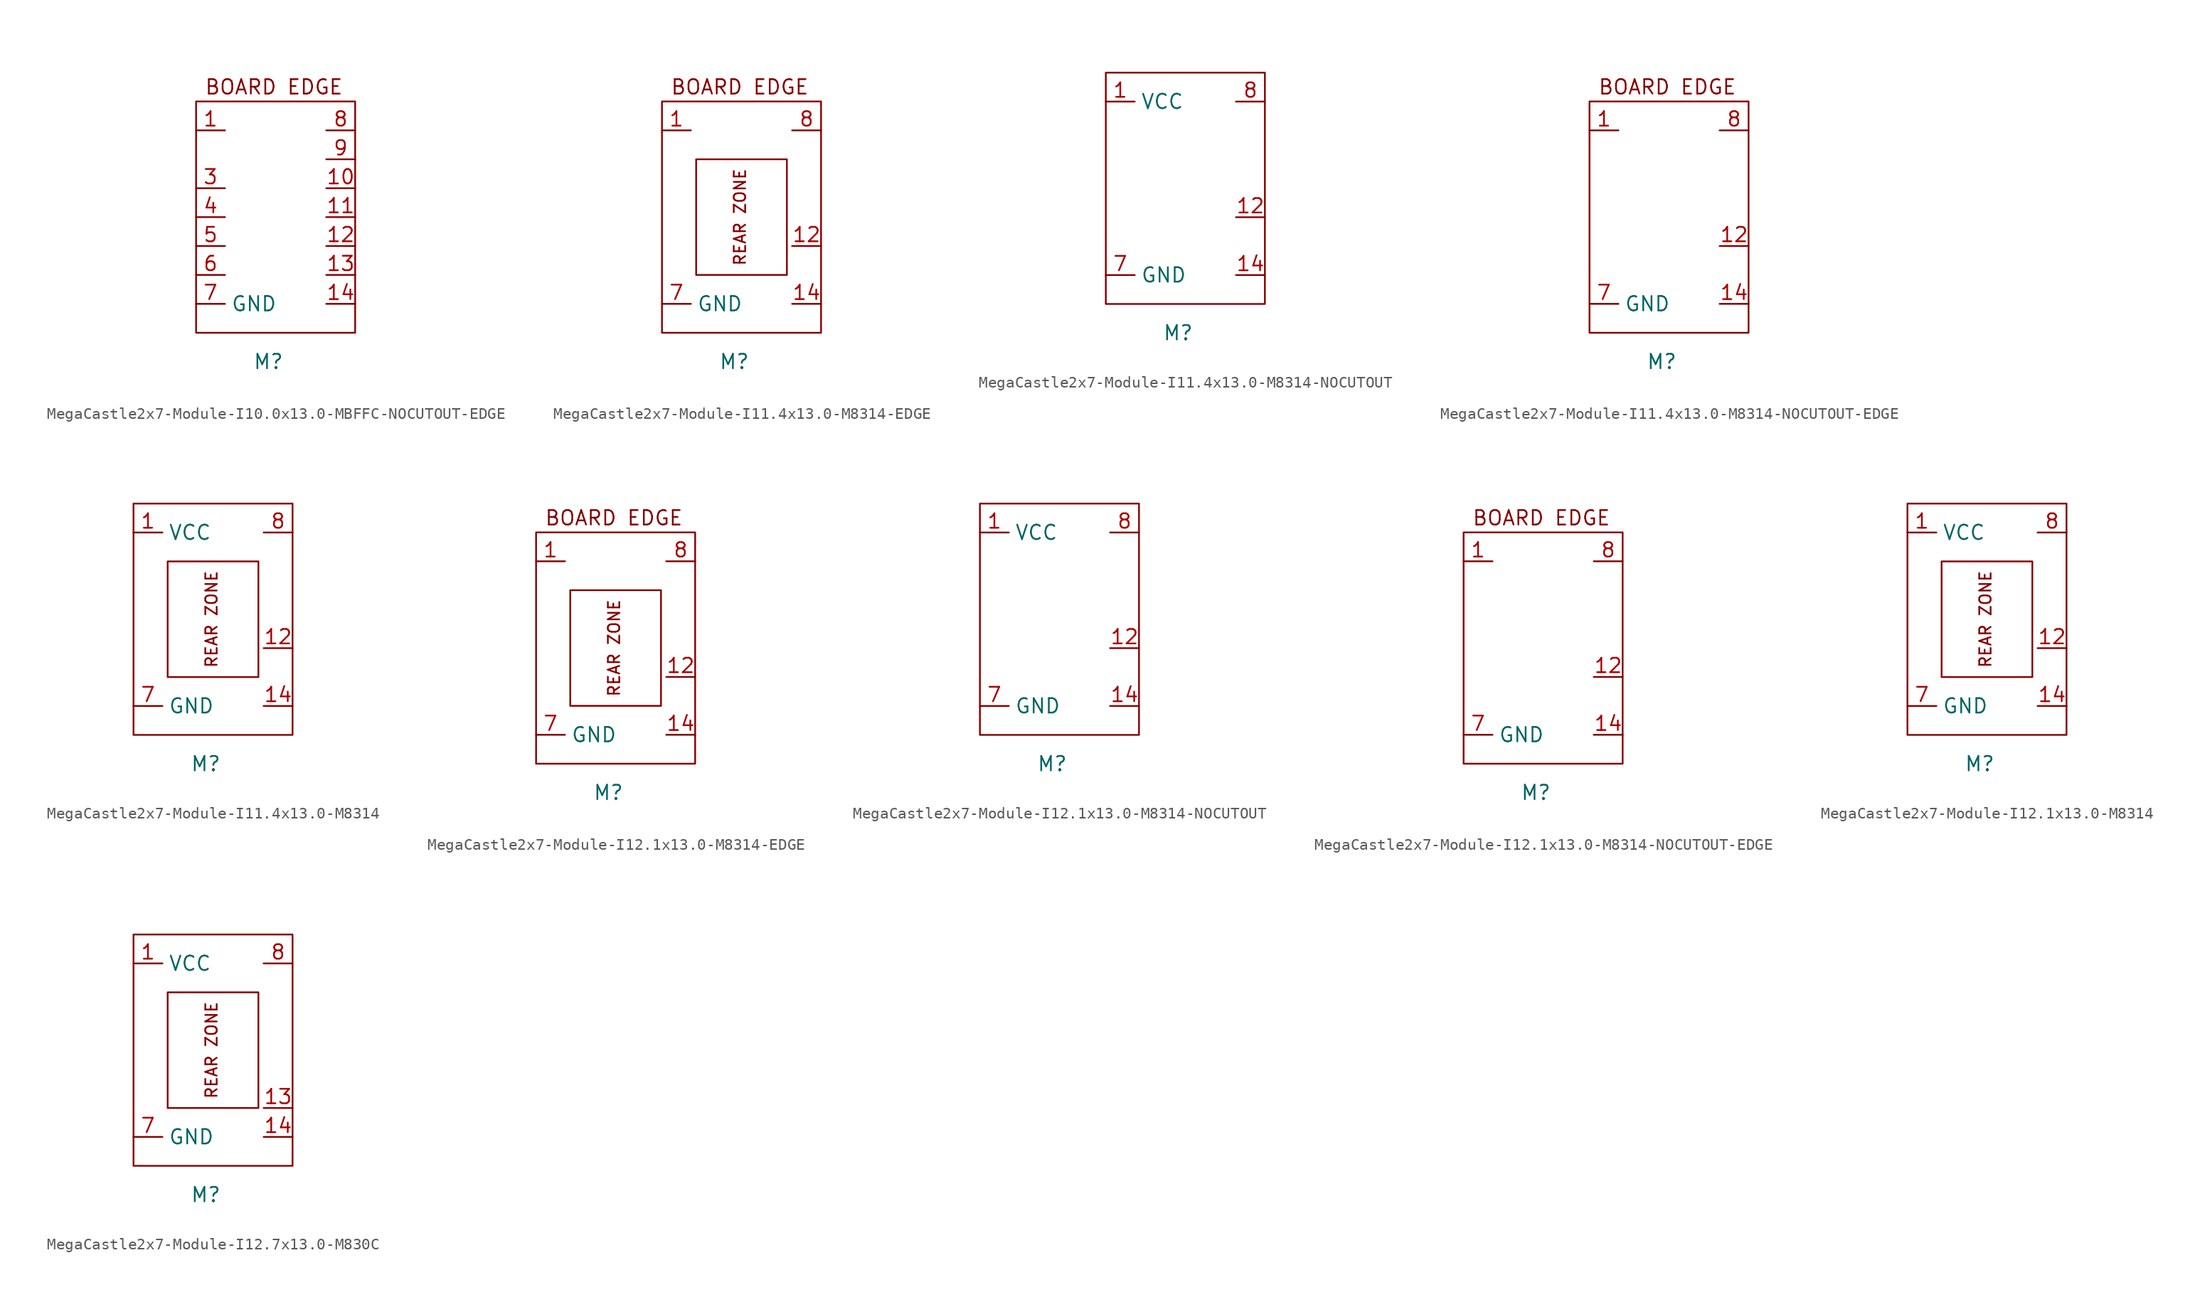
<source format=kicad_sym>
(kicad_symbol_lib
  (version 20241209)
  (generator "kicad_symbol_editor")
  (generator_version "9.0")
  (symbol "MegaCastle2x7-Module-I10.0x13.0-MBFFC-NOCUTOUT-EDGE"
    (property "Reference" "M"
      (at 0 -12.7 0)
      (effects (font (size 1.27 1.27))))
    (property "Value" ""
      (at 0 5.08 0)
      (effects (font (size 1.27 1.27))))
    (symbol "MegaCastle2x7-Module-I10.0x13.0-MBFFC-NOCUTOUT-EDGE_0_1"
      (rectangle (start -6.35 10.16) (end 7.62 -10.16) (stroke (width 0) (type default)) (fill (type none))))
    (symbol "MegaCastle2x7-Module-I10.0x13.0-MBFFC-NOCUTOUT-EDGE_1_1"
      (text " BOARD EDGE" (at 0 11.43 0) (effects (font (size 1.27 1.27))))
      (pin bidirectional line (at -6.35 7.62 0) (length 2.54) (name "" (effects (font (size 1.27 1.27)))) (number "1" (effects (font (size 1.27 1.27)))))
      (pin bidirectional line (at -6.35 2.54 0) (length 2.54) (name "" (effects (font (size 1.27 1.27)))) (number "3" (effects (font (size 1.27 1.27)))))
      (pin bidirectional line (at -6.35 0 0) (length 2.54) (name "" (effects (font (size 1.27 1.27)))) (number "4" (effects (font (size 1.27 1.27)))))
      (pin bidirectional line (at -6.35 -2.54 0) (length 2.54) (name "" (effects (font (size 1.27 1.27)))) (number "5" (effects (font (size 1.27 1.27)))))
      (pin bidirectional line (at -6.35 -5.08 0) (length 2.54) (name "" (effects (font (size 1.27 1.27)))) (number "6" (effects (font (size 1.27 1.27)))))
      (pin bidirectional line (at -6.35 -7.62 0) (length 2.54) (name "GND" (effects (font (size 1.27 1.27)))) (number "7" (effects (font (size 1.27 1.27)))))
      (pin bidirectional line (at 7.62 7.62 180) (length 2.54) (name "" (effects (font (size 1.27 1.27)))) (number "8" (effects (font (size 1.27 1.27)))))
      (pin bidirectional line (at 7.62 5.08 180) (length 2.54) (name "" (effects (font (size 1.27 1.27)))) (number "9" (effects (font (size 1.27 1.27)))))
      (pin bidirectional line (at 7.62 2.54 180) (length 2.54) (name "" (effects (font (size 1.27 1.27)))) (number "10" (effects (font (size 1.27 1.27)))))
      (pin bidirectional line (at 7.62 0 180) (length 2.54) (name "" (effects (font (size 1.27 1.27)))) (number "11" (effects (font (size 1.27 1.27)))))
      (pin bidirectional line (at 7.62 -2.54 180) (length 2.54) (name "" (effects (font (size 1.27 1.27)))) (number "12" (effects (font (size 1.27 1.27)))))
      (pin bidirectional line (at 7.62 -5.08 180) (length 2.54) (name "" (effects (font (size 1.27 1.27)))) (number "13" (effects (font (size 1.27 1.27)))))
      (pin bidirectional line (at 7.62 -7.62 180) (length 2.54) (name "" (effects (font (size 1.27 1.27)))) (number "14" (effects (font (size 1.27 1.27)))))))
  (symbol "MegaCastle2x7-Module-I11.4x13.0-M8314-EDGE"
    (property "Reference" "M"
      (at 0 -12.7 0)
      (effects (font (size 1.27 1.27))))
    (property "Value" ""
      (at 0 5.08 0)
      (effects (font (size 1.27 1.27))))
    (symbol "MegaCastle2x7-Module-I11.4x13.0-M8314-EDGE_0_1"
      (rectangle (start -6.35 10.16) (end 7.62 -10.16) (stroke (width 0) (type default)) (fill (type none)))
      (rectangle (start -3.35 5.08) (end 4.62 -5.08) (stroke (width 0) (type default)) (fill (type none))))
    (symbol "MegaCastle2x7-Module-I11.4x13.0-M8314-EDGE_1_1"
      (text " BOARD EDGE" (at 0 11.43 0) (effects (font (size 1.27 1.27))))
      (text "REAR ZONE" (at 0.5 0 900) (effects (font (size 1 1))))
      (pin bidirectional line (at -6.35 7.62 0) (length 2.54) (name "" (effects (font (size 1.27 1.27)))) (number "1" (effects (font (size 1.27 1.27)))))
      (pin bidirectional line (at -6.35 -7.62 0) (length 2.54) (name "GND" (effects (font (size 1.27 1.27)))) (number "7" (effects (font (size 1.27 1.27)))))
      (pin bidirectional line (at 7.62 7.62 180) (length 2.54) (name "" (effects (font (size 1.27 1.27)))) (number "8" (effects (font (size 1.27 1.27)))))
      (pin bidirectional line (at 7.62 -2.54 180) (length 2.54) (name "" (effects (font (size 1.27 1.27)))) (number "12" (effects (font (size 1.27 1.27)))))
      (pin bidirectional line (at 7.62 -7.62 180) (length 2.54) (name "" (effects (font (size 1.27 1.27)))) (number "14" (effects (font (size 1.27 1.27)))))))
  (symbol "MegaCastle2x7-Module-I11.4x13.0-M8314-NOCUTOUT"
    (property "Reference" "M"
      (at 0 -12.7 0)
      (effects (font (size 1.27 1.27))))
    (property "Value" ""
      (at 0 5.08 0)
      (effects (font (size 1.27 1.27))))
    (symbol "MegaCastle2x7-Module-I11.4x13.0-M8314-NOCUTOUT_0_1"
      (rectangle (start -6.35 10.16) (end 7.62 -10.16) (stroke (width 0) (type default)) (fill (type none))))
    (symbol "MegaCastle2x7-Module-I11.4x13.0-M8314-NOCUTOUT_1_1"
      (pin bidirectional line (at -6.35 7.62 0) (length 2.54) (name "VCC" (effects (font (size 1.27 1.27)))) (number "1" (effects (font (size 1.27 1.27)))))
      (pin bidirectional line (at -6.35 -7.62 0) (length 2.54) (name "GND" (effects (font (size 1.27 1.27)))) (number "7" (effects (font (size 1.27 1.27)))))
      (pin bidirectional line (at 7.62 7.62 180) (length 2.54) (name "" (effects (font (size 1.27 1.27)))) (number "8" (effects (font (size 1.27 1.27)))))
      (pin bidirectional line (at 7.62 -2.54 180) (length 2.54) (name "" (effects (font (size 1.27 1.27)))) (number "12" (effects (font (size 1.27 1.27)))))
      (pin bidirectional line (at 7.62 -7.62 180) (length 2.54) (name "" (effects (font (size 1.27 1.27)))) (number "14" (effects (font (size 1.27 1.27)))))))
  (symbol "MegaCastle2x7-Module-I11.4x13.0-M8314-NOCUTOUT-EDGE"
    (property "Reference" "M"
      (at 0 -12.7 0)
      (effects (font (size 1.27 1.27))))
    (property "Value" ""
      (at 0 5.08 0)
      (effects (font (size 1.27 1.27))))
    (symbol "MegaCastle2x7-Module-I11.4x13.0-M8314-NOCUTOUT-EDGE_0_1"
      (rectangle (start -6.35 10.16) (end 7.62 -10.16) (stroke (width 0) (type default)) (fill (type none))))
    (symbol "MegaCastle2x7-Module-I11.4x13.0-M8314-NOCUTOUT-EDGE_1_1"
      (text " BOARD EDGE" (at 0 11.43 0) (effects (font (size 1.27 1.27))))
      (pin bidirectional line (at -6.35 7.62 0) (length 2.54) (name "" (effects (font (size 1.27 1.27)))) (number "1" (effects (font (size 1.27 1.27)))))
      (pin bidirectional line (at -6.35 -7.62 0) (length 2.54) (name "GND" (effects (font (size 1.27 1.27)))) (number "7" (effects (font (size 1.27 1.27)))))
      (pin bidirectional line (at 7.62 7.62 180) (length 2.54) (name "" (effects (font (size 1.27 1.27)))) (number "8" (effects (font (size 1.27 1.27)))))
      (pin bidirectional line (at 7.62 -2.54 180) (length 2.54) (name "" (effects (font (size 1.27 1.27)))) (number "12" (effects (font (size 1.27 1.27)))))
      (pin bidirectional line (at 7.62 -7.62 180) (length 2.54) (name "" (effects (font (size 1.27 1.27)))) (number "14" (effects (font (size 1.27 1.27)))))))
  (symbol "MegaCastle2x7-Module-I11.4x13.0-M8314"
    (property "Reference" "M"
      (at 0 -12.7 0)
      (effects (font (size 1.27 1.27))))
    (property "Value" ""
      (at 0 5.08 0)
      (effects (font (size 1.27 1.27))))
    (symbol "MegaCastle2x7-Module-I11.4x13.0-M8314_0_1"
      (rectangle (start -6.35 10.16) (end 7.62 -10.16) (stroke (width 0) (type default)) (fill (type none)))
      (rectangle (start -3.35 5.08) (end 4.62 -5.08) (stroke (width 0) (type default)) (fill (type none))))
    (symbol "MegaCastle2x7-Module-I11.4x13.0-M8314_1_1"
      (text "REAR ZONE" (at 0.5 0 900) (effects (font (size 1 1))))
      (pin bidirectional line (at -6.35 7.62 0) (length 2.54) (name "VCC" (effects (font (size 1.27 1.27)))) (number "1" (effects (font (size 1.27 1.27)))))
      (pin bidirectional line (at -6.35 -7.62 0) (length 2.54) (name "GND" (effects (font (size 1.27 1.27)))) (number "7" (effects (font (size 1.27 1.27)))))
      (pin bidirectional line (at 7.62 7.62 180) (length 2.54) (name "" (effects (font (size 1.27 1.27)))) (number "8" (effects (font (size 1.27 1.27)))))
      (pin bidirectional line (at 7.62 -2.54 180) (length 2.54) (name "" (effects (font (size 1.27 1.27)))) (number "12" (effects (font (size 1.27 1.27)))))
      (pin bidirectional line (at 7.62 -7.62 180) (length 2.54) (name "" (effects (font (size 1.27 1.27)))) (number "14" (effects (font (size 1.27 1.27)))))))
  (symbol "MegaCastle2x7-Module-I12.1x13.0-M8314-EDGE"
    (property "Reference" "M"
      (at 0 -12.7 0)
      (effects (font (size 1.27 1.27))))
    (property "Value" ""
      (at 0 5.08 0)
      (effects (font (size 1.27 1.27))))
    (symbol "MegaCastle2x7-Module-I12.1x13.0-M8314-EDGE_0_1"
      (rectangle (start -6.35 10.16) (end 7.62 -10.16) (stroke (width 0) (type default)) (fill (type none)))
      (rectangle (start -3.35 5.08) (end 4.62 -5.08) (stroke (width 0) (type default)) (fill (type none))))
    (symbol "MegaCastle2x7-Module-I12.1x13.0-M8314-EDGE_1_1"
      (text " BOARD EDGE" (at 0 11.43 0) (effects (font (size 1.27 1.27))))
      (text "REAR ZONE" (at 0.5 0 900) (effects (font (size 1 1))))
      (pin bidirectional line (at -6.35 7.62 0) (length 2.54) (name "" (effects (font (size 1.27 1.27)))) (number "1" (effects (font (size 1.27 1.27)))))
      (pin bidirectional line (at -6.35 -7.62 0) (length 2.54) (name "GND" (effects (font (size 1.27 1.27)))) (number "7" (effects (font (size 1.27 1.27)))))
      (pin bidirectional line (at 7.62 7.62 180) (length 2.54) (name "" (effects (font (size 1.27 1.27)))) (number "8" (effects (font (size 1.27 1.27)))))
      (pin bidirectional line (at 7.62 -2.54 180) (length 2.54) (name "" (effects (font (size 1.27 1.27)))) (number "12" (effects (font (size 1.27 1.27)))))
      (pin bidirectional line (at 7.62 -7.62 180) (length 2.54) (name "" (effects (font (size 1.27 1.27)))) (number "14" (effects (font (size 1.27 1.27)))))))
  (symbol "MegaCastle2x7-Module-I12.1x13.0-M8314-NOCUTOUT"
    (property "Reference" "M"
      (at 0 -12.7 0)
      (effects (font (size 1.27 1.27))))
    (property "Value" ""
      (at 0 5.08 0)
      (effects (font (size 1.27 1.27))))
    (symbol "MegaCastle2x7-Module-I12.1x13.0-M8314-NOCUTOUT_0_1"
      (rectangle (start -6.35 10.16) (end 7.62 -10.16) (stroke (width 0) (type default)) (fill (type none))))
    (symbol "MegaCastle2x7-Module-I12.1x13.0-M8314-NOCUTOUT_1_1"
      (pin bidirectional line (at -6.35 7.62 0) (length 2.54) (name "VCC" (effects (font (size 1.27 1.27)))) (number "1" (effects (font (size 1.27 1.27)))))
      (pin bidirectional line (at -6.35 -7.62 0) (length 2.54) (name "GND" (effects (font (size 1.27 1.27)))) (number "7" (effects (font (size 1.27 1.27)))))
      (pin bidirectional line (at 7.62 7.62 180) (length 2.54) (name "" (effects (font (size 1.27 1.27)))) (number "8" (effects (font (size 1.27 1.27)))))
      (pin bidirectional line (at 7.62 -2.54 180) (length 2.54) (name "" (effects (font (size 1.27 1.27)))) (number "12" (effects (font (size 1.27 1.27)))))
      (pin bidirectional line (at 7.62 -7.62 180) (length 2.54) (name "" (effects (font (size 1.27 1.27)))) (number "14" (effects (font (size 1.27 1.27)))))))
  (symbol "MegaCastle2x7-Module-I12.1x13.0-M8314-NOCUTOUT-EDGE"
    (property "Reference" "M"
      (at 0 -12.7 0)
      (effects (font (size 1.27 1.27))))
    (property "Value" ""
      (at 0 5.08 0)
      (effects (font (size 1.27 1.27))))
    (symbol "MegaCastle2x7-Module-I12.1x13.0-M8314-NOCUTOUT-EDGE_0_1"
      (rectangle (start -6.35 10.16) (end 7.62 -10.16) (stroke (width 0) (type default)) (fill (type none))))
    (symbol "MegaCastle2x7-Module-I12.1x13.0-M8314-NOCUTOUT-EDGE_1_1"
      (text " BOARD EDGE" (at 0 11.43 0) (effects (font (size 1.27 1.27))))
      (pin bidirectional line (at -6.35 7.62 0) (length 2.54) (name "" (effects (font (size 1.27 1.27)))) (number "1" (effects (font (size 1.27 1.27)))))
      (pin bidirectional line (at -6.35 -7.62 0) (length 2.54) (name "GND" (effects (font (size 1.27 1.27)))) (number "7" (effects (font (size 1.27 1.27)))))
      (pin bidirectional line (at 7.62 7.62 180) (length 2.54) (name "" (effects (font (size 1.27 1.27)))) (number "8" (effects (font (size 1.27 1.27)))))
      (pin bidirectional line (at 7.62 -2.54 180) (length 2.54) (name "" (effects (font (size 1.27 1.27)))) (number "12" (effects (font (size 1.27 1.27)))))
      (pin bidirectional line (at 7.62 -7.62 180) (length 2.54) (name "" (effects (font (size 1.27 1.27)))) (number "14" (effects (font (size 1.27 1.27)))))))
  (symbol "MegaCastle2x7-Module-I12.1x13.0-M8314"
    (property "Reference" "M"
      (at 0 -12.7 0)
      (effects (font (size 1.27 1.27))))
    (property "Value" ""
      (at 0 5.08 0)
      (effects (font (size 1.27 1.27))))
    (symbol "MegaCastle2x7-Module-I12.1x13.0-M8314_0_1"
      (rectangle (start -6.35 10.16) (end 7.62 -10.16) (stroke (width 0) (type default)) (fill (type none)))
      (rectangle (start -3.35 5.08) (end 4.62 -5.08) (stroke (width 0) (type default)) (fill (type none))))
    (symbol "MegaCastle2x7-Module-I12.1x13.0-M8314_1_1"
      (text "REAR ZONE" (at 0.5 0 900) (effects (font (size 1 1))))
      (pin bidirectional line (at -6.35 7.62 0) (length 2.54) (name "VCC" (effects (font (size 1.27 1.27)))) (number "1" (effects (font (size 1.27 1.27)))))
      (pin bidirectional line (at -6.35 -7.62 0) (length 2.54) (name "GND" (effects (font (size 1.27 1.27)))) (number "7" (effects (font (size 1.27 1.27)))))
      (pin bidirectional line (at 7.62 7.62 180) (length 2.54) (name "" (effects (font (size 1.27 1.27)))) (number "8" (effects (font (size 1.27 1.27)))))
      (pin bidirectional line (at 7.62 -2.54 180) (length 2.54) (name "" (effects (font (size 1.27 1.27)))) (number "12" (effects (font (size 1.27 1.27)))))
      (pin bidirectional line (at 7.62 -7.62 180) (length 2.54) (name "" (effects (font (size 1.27 1.27)))) (number "14" (effects (font (size 1.27 1.27)))))))
  (symbol "MegaCastle2x7-Module-I12.7x13.0-M830C"
    (property "Reference" "M"
      (at 0 -12.7 0)
      (effects (font (size 1.27 1.27))))
    (property "Value" ""
      (at 0 5.08 0)
      (effects (font (size 1.27 1.27))))
    (symbol "MegaCastle2x7-Module-I12.7x13.0-M830C_0_1"
      (rectangle (start -6.35 10.16) (end 7.62 -10.16) (stroke (width 0) (type default)) (fill (type none)))
      (rectangle (start -3.35 5.08) (end 4.62 -5.08) (stroke (width 0) (type default)) (fill (type none))))
    (symbol "MegaCastle2x7-Module-I12.7x13.0-M830C_1_1"
      (text "REAR ZONE" (at 0.5 0 900) (effects (font (size 1 1))))
      (pin bidirectional line (at -6.35 7.62 0) (length 2.54) (name "VCC" (effects (font (size 1.27 1.27)))) (number "1" (effects (font (size 1.27 1.27)))))
      (pin bidirectional line (at -6.35 -7.62 0) (length 2.54) (name "GND" (effects (font (size 1.27 1.27)))) (number "7" (effects (font (size 1.27 1.27)))))
      (pin bidirectional line (at 7.62 7.62 180) (length 2.54) (name "" (effects (font (size 1.27 1.27)))) (number "8" (effects (font (size 1.27 1.27)))))
      (pin bidirectional line (at 7.62 -5.08 180) (length 2.54) (name "" (effects (font (size 1.27 1.27)))) (number "13" (effects (font (size 1.27 1.27)))))
      (pin bidirectional line (at 7.62 -7.62 180) (length 2.54) (name "" (effects (font (size 1.27 1.27)))) (number "14" (effects (font (size 1.27 1.27))))))))
</source>
